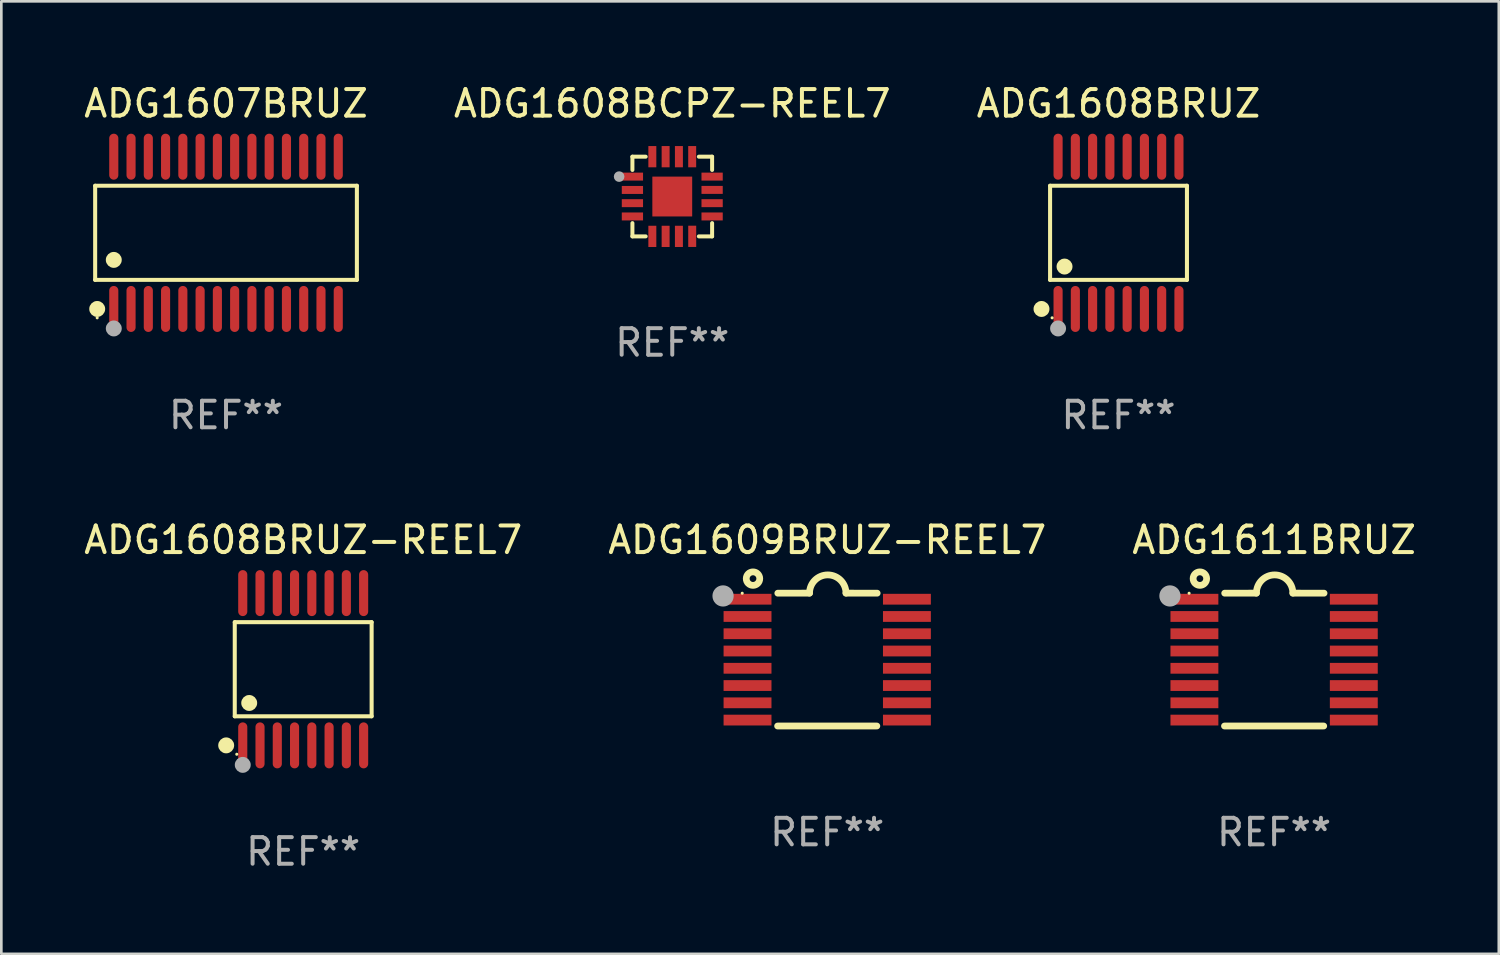
<source format=kicad_pcb>
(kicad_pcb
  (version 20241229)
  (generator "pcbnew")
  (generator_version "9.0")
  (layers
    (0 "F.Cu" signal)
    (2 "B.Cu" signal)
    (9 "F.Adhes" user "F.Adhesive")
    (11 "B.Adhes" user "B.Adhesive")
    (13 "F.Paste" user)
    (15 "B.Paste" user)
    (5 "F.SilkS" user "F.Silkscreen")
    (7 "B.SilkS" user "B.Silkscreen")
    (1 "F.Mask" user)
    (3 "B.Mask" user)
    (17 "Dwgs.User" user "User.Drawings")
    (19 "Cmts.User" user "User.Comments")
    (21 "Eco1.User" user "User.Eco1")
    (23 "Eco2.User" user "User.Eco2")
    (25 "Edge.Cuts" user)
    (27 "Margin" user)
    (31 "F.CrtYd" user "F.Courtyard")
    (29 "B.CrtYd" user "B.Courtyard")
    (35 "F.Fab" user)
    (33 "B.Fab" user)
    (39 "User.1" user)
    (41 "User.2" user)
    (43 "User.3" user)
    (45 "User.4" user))
  (footprint "ADG1611BRUZ"
    (layer "F.Cu")
    (at 44.911 21.778)
    (property "Reference" "ADG1611BRUZ" (at 0 -4.501 0) (layer "F.SilkS") (effects (font (size 1 1) (thickness 0.15))))
    (attr through_hole)
    (fp_line (start -1.868 2.501) (end 1.868 2.501) (stroke (width 0.254) (type solid)) (layer "F.SilkS"))
    (fp_line (start -1.86 -2.499) (end -0.666 -2.501) (stroke (width 0.254) (type solid)) (layer "F.SilkS"))
    (fp_line (start 0.706 -2.501) (end 1.88 -2.499) (stroke (width 0.254) (type solid)) (layer "F.SilkS"))
    (fp_arc (start -0.665914 -2.501448) (mid 0.019888 -3.18725) (end 0.70569 -2.501448) (stroke (width 0.254001) (type solid)) (layer "F.SilkS"))
    (fp_circle (center -3.2 -2.497) (end -3.17 -2.497) (stroke (width 0.06) (type solid)) (fill no) (layer "F.SilkS"))
    (fp_circle (center -2.794 -3.047) (end -2.54 -3.047) (stroke (width 0.254) (type solid)) (fill no) (layer "F.SilkS"))
    (fp_circle (center -3.921 -2.395) (end -3.721 -2.395) (stroke (width 0.4) (type solid)) (fill no) (layer "F.Fab"))
    (fp_text user "REF**" (at 0 6.501 0) (layer "F.Fab") (effects (font (size 1 1) (thickness 0.15))))
    (pad "1" smd rect (at -3 -2.272) (size 1.803 0.406) (layers "F.Cu" "F.Mask" "F.Paste"))
    (pad "2" smd rect (at -3 -1.622) (size 1.803 0.406) (layers "F.Cu" "F.Mask" "F.Paste"))
    (pad "3" smd rect (at -3 -0.972) (size 1.803 0.406) (layers "F.Cu" "F.Mask" "F.Paste"))
    (pad "4" smd rect (at -3 -0.322) (size 1.803 0.406) (layers "F.Cu" "F.Mask" "F.Paste"))
    (pad "5" smd rect (at -3 0.328) (size 1.803 0.406) (layers "F.Cu" "F.Mask" "F.Paste"))
    (pad "6" smd rect (at -3 0.978) (size 1.803 0.406) (layers "F.Cu" "F.Mask" "F.Paste"))
    (pad "7" smd rect (at -3 1.628) (size 1.803 0.406) (layers "F.Cu" "F.Mask" "F.Paste"))
    (pad "8" smd rect (at -3 2.278) (size 1.803 0.406) (layers "F.Cu" "F.Mask" "F.Paste"))
    (pad "9" smd rect (at 3 2.278) (size 1.803 0.406) (layers "F.Cu" "F.Mask" "F.Paste"))
    (pad "10" smd rect (at 3 1.628) (size 1.803 0.406) (layers "F.Cu" "F.Mask" "F.Paste"))
    (pad "11" smd rect (at 3 0.978) (size 1.803 0.406) (layers "F.Cu" "F.Mask" "F.Paste"))
    (pad "12" smd rect (at 3 0.328) (size 1.803 0.406) (layers "F.Cu" "F.Mask" "F.Paste"))
    (pad "13" smd rect (at 3 -0.322) (size 1.803 0.406) (layers "F.Cu" "F.Mask" "F.Paste"))
    (pad "14" smd rect (at 3 -0.972) (size 1.803 0.406) (layers "F.Cu" "F.Mask" "F.Paste"))
    (pad "15" smd rect (at 3 -1.622) (size 1.803 0.406) (layers "F.Cu" "F.Mask" "F.Paste"))
    (pad "16" smd rect (at 3 -2.272) (size 1.803 0.406) (layers "F.Cu" "F.Mask" "F.Paste")))
  (footprint "ADG1608BCPZ-REEL7"
    (layer "F.Cu")
    (at 22.256 4.348)
    (property "Reference" "ADG1608BCPZ-REEL7" (at 0 -3.5 0) (layer "F.SilkS") (effects (font (size 1 1) (thickness 0.15))))
    (attr through_hole)
    (fp_line (start -1.5 -1.5) (end -1 -1.5) (stroke (width 0.15) (type solid)) (layer "F.SilkS"))
    (fp_line (start -1.5 -1) (end -1.5 -1.5) (stroke (width 0.15) (type solid)) (layer "F.SilkS"))
    (fp_line (start -1.5 1) (end -1.5 1.5) (stroke (width 0.15) (type solid)) (layer "F.SilkS"))
    (fp_line (start -1.5 1.5) (end -1 1.5) (stroke (width 0.15) (type solid)) (layer "F.SilkS"))
    (fp_line (start 1 -1.5) (end 1.5 -1.5) (stroke (width 0.15) (type solid)) (layer "F.SilkS"))
    (fp_line (start 1 1.5) (end 1.5 1.5) (stroke (width 0.15) (type solid)) (layer "F.SilkS"))
    (fp_line (start 1.5 -1.5) (end 1.5 -1) (stroke (width 0.15) (type solid)) (layer "F.SilkS"))
    (fp_line (start 1.5 1.5) (end 1.5 1) (stroke (width 0.15) (type solid)) (layer "F.SilkS"))
    (fp_arc (start -2.082931 -0.784989) (mid -2.082937 -0.786259) (end -2.082931 -0.787529) (stroke (width 0.150114) (type solid)) (layer "F.SilkS"))
    (fp_circle (center -1.5 -1.5) (end -1.47 -1.5) (stroke (width 0.06) (type solid)) (fill no) (layer "F.SilkS"))
    (fp_circle (center -2 -0.75) (end -1.9 -0.75) (stroke (width 0.2) (type solid)) (fill no) (layer "F.Fab"))
    (fp_text user "REF**" (at 0 5.5 0) (layer "F.Fab") (effects (font (size 1 1) (thickness 0.15))))
    (pad "1" smd rect (at -1.5 -0.75 90) (size 0.3 0.8) (layers "F.Cu" "F.Mask" "F.Paste"))
    (pad "2" smd rect (at -1.5 -0.248 90) (size 0.3 0.8) (layers "F.Cu" "F.Mask" "F.Paste"))
    (pad "3" smd rect (at -1.5 0.25 90) (size 0.3 0.8) (layers "F.Cu" "F.Mask" "F.Paste"))
    (pad "4" smd rect (at -1.5 0.75 90) (size 0.3 0.8) (layers "F.Cu" "F.Mask" "F.Paste"))
    (pad "5" smd rect (at -0.75 1.5) (size 0.3 0.8) (layers "F.Cu" "F.Mask" "F.Paste"))
    (pad "6" smd rect (at -0.25 1.5) (size 0.3 0.8) (layers "F.Cu" "F.Mask" "F.Paste"))
    (pad "7" smd rect (at 0.25 1.5) (size 0.3 0.8) (layers "F.Cu" "F.Mask" "F.Paste"))
    (pad "8" smd rect (at 0.751 1.498) (size 0.3 0.8) (layers "F.Cu" "F.Mask" "F.Paste"))
    (pad "9" smd rect (at 1.5 0.75 90) (size 0.3 0.8) (layers "F.Cu" "F.Mask" "F.Paste"))
    (pad "10" smd rect (at 1.5 0.25 90) (size 0.3 0.8) (layers "F.Cu" "F.Mask" "F.Paste"))
    (pad "11" smd rect (at 1.5 -0.25 90) (size 0.3 0.8) (layers "F.Cu" "F.Mask" "F.Paste"))
    (pad "12" smd rect (at 1.5 -0.75 90) (size 0.3 0.8) (layers "F.Cu" "F.Mask" "F.Paste"))
    (pad "13" smd rect (at 0.75 -1.5) (size 0.3 0.8) (layers "F.Cu" "F.Mask" "F.Paste"))
    (pad "14" smd rect (at 0.25 -1.5) (size 0.3 0.8) (layers "F.Cu" "F.Mask" "F.Paste"))
    (pad "15" smd rect (at -0.25 -1.5) (size 0.3 0.8) (layers "F.Cu" "F.Mask" "F.Paste"))
    (pad "16" smd rect (at -0.75 -1.5) (size 0.3 0.8) (layers "F.Cu" "F.Mask" "F.Paste"))
    (pad "17" smd rect (at -0.000127 -0.000127 90) (size 1.5 1.5) (layers "F.Cu" "F.Mask" "F.Paste")))
  (footprint "ADG1608BRUZ-REEL7"
    (layer "F.Cu")
    (at 8.363 22.142)
    (property "Reference" "ADG1608BRUZ-REEL7" (at 0 -4.866 0) (layer "F.SilkS") (effects (font (size 1 1) (thickness 0.15))))
    (attr through_hole)
    (fp_line (start -2.576 -1.772) (end 2.576 -1.772) (stroke (width 0.152) (type solid)) (layer "F.SilkS"))
    (fp_line (start -2.576 1.771) (end -2.576 -1.772) (stroke (width 0.152) (type solid)) (layer "F.SilkS"))
    (fp_line (start 2.576 -1.772) (end 2.576 1.771) (stroke (width 0.152) (type solid)) (layer "F.SilkS"))
    (fp_line (start 2.576 1.771) (end -2.576 1.771) (stroke (width 0.152) (type solid)) (layer "F.SilkS"))
    (fp_circle (center -2.899 2.866) (end -2.749 2.866) (stroke (width 0.3) (type solid)) (fill no) (layer "F.SilkS"))
    (fp_circle (center -2.5 3.2) (end -2.47 3.2) (stroke (width 0.06) (type solid)) (fill no) (layer "F.SilkS"))
    (fp_circle (center -2.032 1.27) (end -1.882 1.27) (stroke (width 0.3) (type solid)) (fill no) (layer "F.SilkS"))
    (fp_circle (center -2.275 3.6) (end -2.125 3.6) (stroke (width 0.3) (type solid)) (fill no) (layer "F.Fab"))
    (fp_text user "REF**" (at 0 6.866 0) (layer "F.Fab") (effects (font (size 1 1) (thickness 0.15))))
    (pad "1" smd oval (at -2.275 2.866) (size 0.343 1.731) (layers "F.Cu" "F.Mask" "F.Paste"))
    (pad "2" smd oval (at -1.625 2.866) (size 0.343 1.731) (layers "F.Cu" "F.Mask" "F.Paste"))
    (pad "3" smd oval (at -0.975 2.866) (size 0.343 1.731) (layers "F.Cu" "F.Mask" "F.Paste"))
    (pad "4" smd oval (at -0.325 2.866) (size 0.343 1.731) (layers "F.Cu" "F.Mask" "F.Paste"))
    (pad "5" smd oval (at 0.325 2.866) (size 0.343 1.731) (layers "F.Cu" "F.Mask" "F.Paste"))
    (pad "6" smd oval (at 0.975 2.866) (size 0.343 1.731) (layers "F.Cu" "F.Mask" "F.Paste"))
    (pad "7" smd oval (at 1.625 2.866) (size 0.343 1.731) (layers "F.Cu" "F.Mask" "F.Paste"))
    (pad "8" smd oval (at 2.275 2.866) (size 0.343 1.731) (layers "F.Cu" "F.Mask" "F.Paste"))
    (pad "9" smd oval (at 2.275 -2.866) (size 0.343 1.731) (layers "F.Cu" "F.Mask" "F.Paste"))
    (pad "10" smd oval (at 1.625 -2.866) (size 0.343 1.731) (layers "F.Cu" "F.Mask" "F.Paste"))
    (pad "11" smd oval (at 0.975 -2.866) (size 0.343 1.731) (layers "F.Cu" "F.Mask" "F.Paste"))
    (pad "12" smd oval (at 0.325 -2.866) (size 0.343 1.731) (layers "F.Cu" "F.Mask" "F.Paste"))
    (pad "13" smd oval (at -0.325 -2.866) (size 0.343 1.731) (layers "F.Cu" "F.Mask" "F.Paste"))
    (pad "14" smd oval (at -0.975 -2.866) (size 0.343 1.731) (layers "F.Cu" "F.Mask" "F.Paste"))
    (pad "15" smd oval (at -1.625 -2.866) (size 0.343 1.731) (layers "F.Cu" "F.Mask" "F.Paste"))
    (pad "16" smd oval (at -2.275 -2.866) (size 0.343 1.731) (layers "F.Cu" "F.Mask" "F.Paste")))
  (footprint "ADG1607BRUZ"
    (layer "F.Cu")
    (at 5.458 5.714)
    (property "Reference" "ADG1607BRUZ" (at 0 -4.866 0) (layer "F.SilkS") (effects (font (size 1 1) (thickness 0.15))))
    (attr through_hole)
    (fp_line (start -4.926 -1.772) (end 4.926 -1.772) (stroke (width 0.152) (type solid)) (layer "F.SilkS"))
    (fp_line (start -4.926 1.771) (end -4.926 -1.772) (stroke (width 0.152) (type solid)) (layer "F.SilkS"))
    (fp_line (start 4.926 -1.772) (end 4.926 1.771) (stroke (width 0.152) (type solid)) (layer "F.SilkS"))
    (fp_line (start 4.926 1.771) (end -4.926 1.771) (stroke (width 0.152) (type solid)) (layer "F.SilkS"))
    (fp_circle (center -4.85 3.2) (end -4.82 3.2) (stroke (width 0.06) (type solid)) (fill no) (layer "F.SilkS"))
    (fp_circle (center -4.849 2.866) (end -4.699 2.866) (stroke (width 0.3) (type solid)) (fill no) (layer "F.SilkS"))
    (fp_circle (center -4.225 1.019) (end -4.075 1.019) (stroke (width 0.3) (type solid)) (fill no) (layer "F.SilkS"))
    (fp_circle (center -4.225 3.6) (end -4.075 3.6) (stroke (width 0.3) (type solid)) (fill no) (layer "F.Fab"))
    (fp_text user "REF**" (at 0 6.866 0) (layer "F.Fab") (effects (font (size 1 1) (thickness 0.15))))
    (pad "1" smd oval (at -4.225 2.866) (size 0.343 1.731) (layers "F.Cu" "F.Mask" "F.Paste"))
    (pad "2" smd oval (at -3.575 2.866) (size 0.343 1.731) (layers "F.Cu" "F.Mask" "F.Paste"))
    (pad "3" smd oval (at -2.925 2.866) (size 0.343 1.731) (layers "F.Cu" "F.Mask" "F.Paste"))
    (pad "4" smd oval (at -2.275 2.866) (size 0.343 1.731) (layers "F.Cu" "F.Mask" "F.Paste"))
    (pad "5" smd oval (at -1.625 2.866) (size 0.343 1.731) (layers "F.Cu" "F.Mask" "F.Paste"))
    (pad "6" smd oval (at -0.975 2.866) (size 0.343 1.731) (layers "F.Cu" "F.Mask" "F.Paste"))
    (pad "7" smd oval (at -0.325 2.866) (size 0.343 1.731) (layers "F.Cu" "F.Mask" "F.Paste"))
    (pad "8" smd oval (at 0.325 2.866) (size 0.343 1.731) (layers "F.Cu" "F.Mask" "F.Paste"))
    (pad "9" smd oval (at 0.975 2.866) (size 0.343 1.731) (layers "F.Cu" "F.Mask" "F.Paste"))
    (pad "10" smd oval (at 1.625 2.866) (size 0.343 1.731) (layers "F.Cu" "F.Mask" "F.Paste"))
    (pad "11" smd oval (at 2.275 2.866) (size 0.343 1.731) (layers "F.Cu" "F.Mask" "F.Paste"))
    (pad "12" smd oval (at 2.925 2.866) (size 0.343 1.731) (layers "F.Cu" "F.Mask" "F.Paste"))
    (pad "13" smd oval (at 3.575 2.866) (size 0.343 1.731) (layers "F.Cu" "F.Mask" "F.Paste"))
    (pad "14" smd oval (at 4.225 2.866) (size 0.343 1.731) (layers "F.Cu" "F.Mask" "F.Paste"))
    (pad "15" smd oval (at 4.225 -2.866) (size 0.343 1.731) (layers "F.Cu" "F.Mask" "F.Paste"))
    (pad "16" smd oval (at 3.575 -2.866) (size 0.343 1.731) (layers "F.Cu" "F.Mask" "F.Paste"))
    (pad "17" smd oval (at 2.925 -2.866) (size 0.343 1.731) (layers "F.Cu" "F.Mask" "F.Paste"))
    (pad "18" smd oval (at 2.275 -2.866) (size 0.343 1.731) (layers "F.Cu" "F.Mask" "F.Paste"))
    (pad "19" smd oval (at 1.625 -2.866) (size 0.343 1.731) (layers "F.Cu" "F.Mask" "F.Paste"))
    (pad "20" smd oval (at 0.975 -2.866) (size 0.343 1.731) (layers "F.Cu" "F.Mask" "F.Paste"))
    (pad "21" smd oval (at 0.325 -2.866) (size 0.343 1.731) (layers "F.Cu" "F.Mask" "F.Paste"))
    (pad "22" smd oval (at -0.325 -2.866) (size 0.343 1.731) (layers "F.Cu" "F.Mask" "F.Paste"))
    (pad "23" smd oval (at -0.975 -2.866) (size 0.343 1.731) (layers "F.Cu" "F.Mask" "F.Paste"))
    (pad "24" smd oval (at -1.625 -2.866) (size 0.343 1.731) (layers "F.Cu" "F.Mask" "F.Paste"))
    (pad "25" smd oval (at -2.275 -2.866) (size 0.343 1.731) (layers "F.Cu" "F.Mask" "F.Paste"))
    (pad "26" smd oval (at -2.925 -2.866) (size 0.343 1.731) (layers "F.Cu" "F.Mask" "F.Paste"))
    (pad "27" smd oval (at -3.575 -2.866) (size 0.343 1.731) (layers "F.Cu" "F.Mask" "F.Paste"))
    (pad "28" smd oval (at -4.225 -2.866) (size 0.343 1.731) (layers "F.Cu" "F.Mask" "F.Paste")))
  (footprint "ADG1608BRUZ"
    (layer "F.Cu")
    (at 39.054 5.714)
    (property "Reference" "ADG1608BRUZ" (at 0 -4.866 0) (layer "F.SilkS") (effects (font (size 1 1) (thickness 0.15))))
    (attr through_hole)
    (fp_line (start -2.576 -1.772) (end 2.576 -1.772) (stroke (width 0.152) (type solid)) (layer "F.SilkS"))
    (fp_line (start -2.576 1.771) (end -2.576 -1.772) (stroke (width 0.152) (type solid)) (layer "F.SilkS"))
    (fp_line (start 2.576 -1.772) (end 2.576 1.771) (stroke (width 0.152) (type solid)) (layer "F.SilkS"))
    (fp_line (start 2.576 1.771) (end -2.576 1.771) (stroke (width 0.152) (type solid)) (layer "F.SilkS"))
    (fp_circle (center -2.899 2.866) (end -2.749 2.866) (stroke (width 0.3) (type solid)) (fill no) (layer "F.SilkS"))
    (fp_circle (center -2.5 3.2) (end -2.47 3.2) (stroke (width 0.06) (type solid)) (fill no) (layer "F.SilkS"))
    (fp_circle (center -2.032 1.27) (end -1.882 1.27) (stroke (width 0.3) (type solid)) (fill no) (layer "F.SilkS"))
    (fp_circle (center -2.275 3.6) (end -2.125 3.6) (stroke (width 0.3) (type solid)) (fill no) (layer "F.Fab"))
    (fp_text user "REF**" (at 0 6.866 0) (layer "F.Fab") (effects (font (size 1 1) (thickness 0.15))))
    (pad "1" smd oval (at -2.275 2.866) (size 0.343 1.731) (layers "F.Cu" "F.Mask" "F.Paste"))
    (pad "2" smd oval (at -1.625 2.866) (size 0.343 1.731) (layers "F.Cu" "F.Mask" "F.Paste"))
    (pad "3" smd oval (at -0.975 2.866) (size 0.343 1.731) (layers "F.Cu" "F.Mask" "F.Paste"))
    (pad "4" smd oval (at -0.325 2.866) (size 0.343 1.731) (layers "F.Cu" "F.Mask" "F.Paste"))
    (pad "5" smd oval (at 0.325 2.866) (size 0.343 1.731) (layers "F.Cu" "F.Mask" "F.Paste"))
    (pad "6" smd oval (at 0.975 2.866) (size 0.343 1.731) (layers "F.Cu" "F.Mask" "F.Paste"))
    (pad "7" smd oval (at 1.625 2.866) (size 0.343 1.731) (layers "F.Cu" "F.Mask" "F.Paste"))
    (pad "8" smd oval (at 2.275 2.866) (size 0.343 1.731) (layers "F.Cu" "F.Mask" "F.Paste"))
    (pad "9" smd oval (at 2.275 -2.866) (size 0.343 1.731) (layers "F.Cu" "F.Mask" "F.Paste"))
    (pad "10" smd oval (at 1.625 -2.866) (size 0.343 1.731) (layers "F.Cu" "F.Mask" "F.Paste"))
    (pad "11" smd oval (at 0.975 -2.866) (size 0.343 1.731) (layers "F.Cu" "F.Mask" "F.Paste"))
    (pad "12" smd oval (at 0.325 -2.866) (size 0.343 1.731) (layers "F.Cu" "F.Mask" "F.Paste"))
    (pad "13" smd oval (at -0.325 -2.866) (size 0.343 1.731) (layers "F.Cu" "F.Mask" "F.Paste"))
    (pad "14" smd oval (at -0.975 -2.866) (size 0.343 1.731) (layers "F.Cu" "F.Mask" "F.Paste"))
    (pad "15" smd oval (at -1.625 -2.866) (size 0.343 1.731) (layers "F.Cu" "F.Mask" "F.Paste"))
    (pad "16" smd oval (at -2.275 -2.866) (size 0.343 1.731) (layers "F.Cu" "F.Mask" "F.Paste")))
  (footprint "ADG1609BRUZ-REEL7"
    (layer "F.Cu")
    (at 28.089 21.778)
    (property "Reference" "ADG1609BRUZ-REEL7" (at 0 -4.501 0) (layer "F.SilkS") (effects (font (size 1 1) (thickness 0.15))))
    (attr through_hole)
    (fp_line (start -1.868 2.501) (end 1.868 2.501) (stroke (width 0.254) (type solid)) (layer "F.SilkS"))
    (fp_line (start -1.86 -2.499) (end -0.666 -2.501) (stroke (width 0.254) (type solid)) (layer "F.SilkS"))
    (fp_line (start 0.706 -2.501) (end 1.88 -2.499) (stroke (width 0.254) (type solid)) (layer "F.SilkS"))
    (fp_arc (start -0.665914 -2.501448) (mid 0.019888 -3.18725) (end 0.70569 -2.501448) (stroke (width 0.254001) (type solid)) (layer "F.SilkS"))
    (fp_circle (center -3.2 -2.497) (end -3.17 -2.497) (stroke (width 0.06) (type solid)) (fill no) (layer "F.SilkS"))
    (fp_circle (center -2.794 -3.047) (end -2.54 -3.047) (stroke (width 0.254) (type solid)) (fill no) (layer "F.SilkS"))
    (fp_circle (center -3.921 -2.395) (end -3.721 -2.395) (stroke (width 0.4) (type solid)) (fill no) (layer "F.Fab"))
    (fp_text user "REF**" (at 0 6.501 0) (layer "F.Fab") (effects (font (size 1 1) (thickness 0.15))))
    (pad "1" smd rect (at -3 -2.272) (size 1.803 0.406) (layers "F.Cu" "F.Mask" "F.Paste"))
    (pad "2" smd rect (at -3 -1.622) (size 1.803 0.406) (layers "F.Cu" "F.Mask" "F.Paste"))
    (pad "3" smd rect (at -3 -0.972) (size 1.803 0.406) (layers "F.Cu" "F.Mask" "F.Paste"))
    (pad "4" smd rect (at -3 -0.322) (size 1.803 0.406) (layers "F.Cu" "F.Mask" "F.Paste"))
    (pad "5" smd rect (at -3 0.328) (size 1.803 0.406) (layers "F.Cu" "F.Mask" "F.Paste"))
    (pad "6" smd rect (at -3 0.978) (size 1.803 0.406) (layers "F.Cu" "F.Mask" "F.Paste"))
    (pad "7" smd rect (at -3 1.628) (size 1.803 0.406) (layers "F.Cu" "F.Mask" "F.Paste"))
    (pad "8" smd rect (at -3 2.278) (size 1.803 0.406) (layers "F.Cu" "F.Mask" "F.Paste"))
    (pad "9" smd rect (at 3 2.278) (size 1.803 0.406) (layers "F.Cu" "F.Mask" "F.Paste"))
    (pad "10" smd rect (at 3 1.628) (size 1.803 0.406) (layers "F.Cu" "F.Mask" "F.Paste"))
    (pad "11" smd rect (at 3 0.978) (size 1.803 0.406) (layers "F.Cu" "F.Mask" "F.Paste"))
    (pad "12" smd rect (at 3 0.328) (size 1.803 0.406) (layers "F.Cu" "F.Mask" "F.Paste"))
    (pad "13" smd rect (at 3 -0.322) (size 1.803 0.406) (layers "F.Cu" "F.Mask" "F.Paste"))
    (pad "14" smd rect (at 3 -0.972) (size 1.803 0.406) (layers "F.Cu" "F.Mask" "F.Paste"))
    (pad "15" smd rect (at 3 -1.622) (size 1.803 0.406) (layers "F.Cu" "F.Mask" "F.Paste"))
    (pad "16" smd rect (at 3 -2.272) (size 1.803 0.406) (layers "F.Cu" "F.Mask" "F.Paste")))
  (gr_rect
    (start -3 -3)
    (end 53.369 32.856)
    (stroke (width 0.1) (type default))
    (fill no)
    (layer "Edge.Cuts")))
</source>
